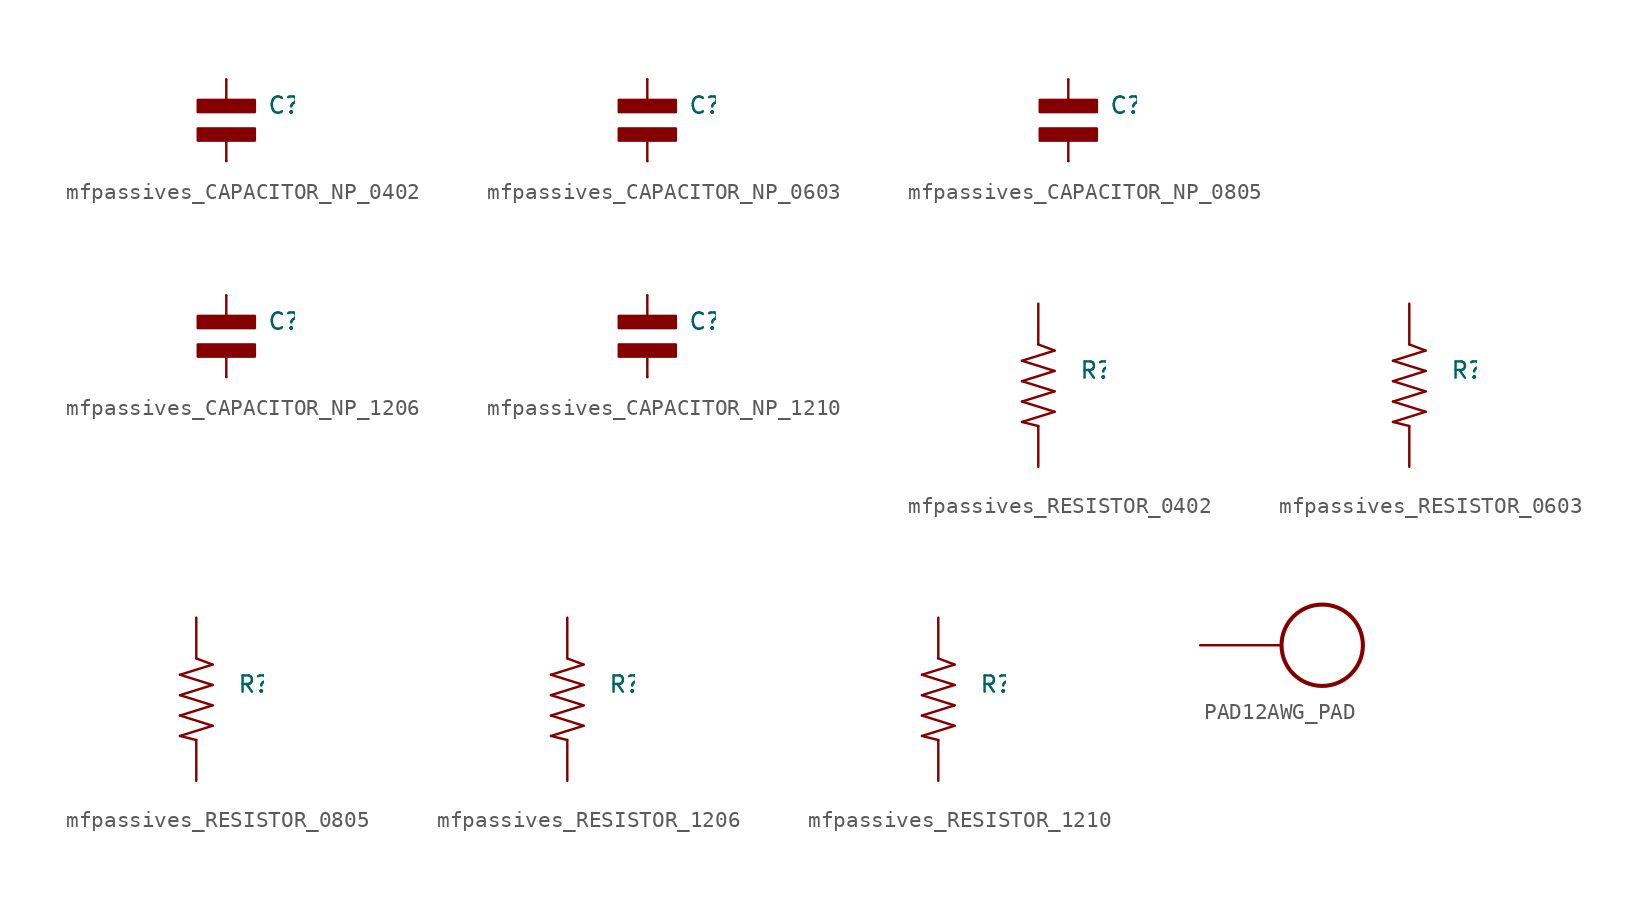
<source format=kicad_sym>
(kicad_symbol_lib
  (version 20220914)
  (generator kicad_symbol_editor)
  (symbol "mfpassives_CAPACITOR_NP_0402"
    (property "Reference" "C"
      (at 2.54 1.524 0)
      (effects (font (size 1.016 1.016)) (justify left top)))
    (property "Value" ""
      (at 2.54 -1.524 0)
      (effects (font (size 1.016 1.016)) (justify left bottom)))
    (property "ki_locked" ""
      (at 0 0 0)
      (effects (font (size 1.27 1.27))))
    (symbol "mfpassives_CAPACITOR_NP_0402_1_0"
      (rectangle (start -1.778 -1.27) (end 1.778 -0.508) (stroke (width 0) (type default)) (fill (type outline)))
      (rectangle (start -1.778 0.508) (end 1.778 1.27) (stroke (width 0) (type default)) (fill (type outline)))
      (polyline (pts (xy 0 -2.54) (xy 0 -1.016)) (stroke (width 0.152) (type solid)) (fill (type none)))
      (polyline (pts (xy 0 2.54) (xy 0 1.016)) (stroke (width 0.152) (type solid)) (fill (type none)))
      (pin passive line (at 0 2.54 270) (length 0) (name "P$1" (effects (font (size 0 0)))) (number "P$1" (effects (font (size 0 0)))))
      (pin passive line (at 0 -2.54 90) (length 0) (name "P$2" (effects (font (size 0 0)))) (number "P$2" (effects (font (size 0 0)))))))
  (symbol "mfpassives_CAPACITOR_NP_0603"
    (property "Reference" "C"
      (at 2.54 1.524 0)
      (effects (font (size 1.016 1.016)) (justify left top)))
    (property "Value" ""
      (at 2.54 -1.524 0)
      (effects (font (size 1.016 1.016)) (justify left bottom)))
    (property "ki_locked" ""
      (at 0 0 0)
      (effects (font (size 1.27 1.27))))
    (symbol "mfpassives_CAPACITOR_NP_0603_1_0"
      (rectangle (start -1.778 -1.27) (end 1.778 -0.508) (stroke (width 0) (type default)) (fill (type outline)))
      (rectangle (start -1.778 0.508) (end 1.778 1.27) (stroke (width 0) (type default)) (fill (type outline)))
      (polyline (pts (xy 0 -2.54) (xy 0 -1.016)) (stroke (width 0.152) (type solid)) (fill (type none)))
      (polyline (pts (xy 0 2.54) (xy 0 1.016)) (stroke (width 0.152) (type solid)) (fill (type none)))
      (pin passive line (at 0 2.54 270) (length 0) (name "P$1" (effects (font (size 0 0)))) (number "P$1" (effects (font (size 0 0)))))
      (pin passive line (at 0 -2.54 90) (length 0) (name "P$2" (effects (font (size 0 0)))) (number "P$2" (effects (font (size 0 0)))))))
  (symbol "mfpassives_CAPACITOR_NP_0805"
    (property "Reference" "C"
      (at 2.54 1.524 0)
      (effects (font (size 1.016 1.016)) (justify left top)))
    (property "Value" ""
      (at 2.54 -1.524 0)
      (effects (font (size 1.016 1.016)) (justify left bottom)))
    (property "ki_locked" ""
      (at 0 0 0)
      (effects (font (size 1.27 1.27))))
    (symbol "mfpassives_CAPACITOR_NP_0805_1_0"
      (rectangle (start -1.778 -1.27) (end 1.778 -0.508) (stroke (width 0) (type default)) (fill (type outline)))
      (rectangle (start -1.778 0.508) (end 1.778 1.27) (stroke (width 0) (type default)) (fill (type outline)))
      (polyline (pts (xy 0 -2.54) (xy 0 -1.016)) (stroke (width 0.152) (type solid)) (fill (type none)))
      (polyline (pts (xy 0 2.54) (xy 0 1.016)) (stroke (width 0.152) (type solid)) (fill (type none)))
      (pin passive line (at 0 2.54 270) (length 0) (name "P$1" (effects (font (size 0 0)))) (number "P$1" (effects (font (size 0 0)))))
      (pin passive line (at 0 -2.54 90) (length 0) (name "P$2" (effects (font (size 0 0)))) (number "P$2" (effects (font (size 0 0)))))))
  (symbol "mfpassives_CAPACITOR_NP_1206"
    (property "Reference" "C"
      (at 2.54 1.524 0)
      (effects (font (size 1.016 1.016)) (justify left top)))
    (property "Value" ""
      (at 2.54 -1.524 0)
      (effects (font (size 1.016 1.016)) (justify left bottom)))
    (property "ki_locked" ""
      (at 0 0 0)
      (effects (font (size 1.27 1.27))))
    (symbol "mfpassives_CAPACITOR_NP_1206_1_0"
      (rectangle (start -1.778 -1.27) (end 1.778 -0.508) (stroke (width 0) (type default)) (fill (type outline)))
      (rectangle (start -1.778 0.508) (end 1.778 1.27) (stroke (width 0) (type default)) (fill (type outline)))
      (polyline (pts (xy 0 -2.54) (xy 0 -1.016)) (stroke (width 0.152) (type solid)) (fill (type none)))
      (polyline (pts (xy 0 2.54) (xy 0 1.016)) (stroke (width 0.152) (type solid)) (fill (type none)))
      (pin passive line (at 0 2.54 270) (length 0) (name "P$1" (effects (font (size 0 0)))) (number "P$1" (effects (font (size 0 0)))))
      (pin passive line (at 0 -2.54 90) (length 0) (name "P$2" (effects (font (size 0 0)))) (number "P$2" (effects (font (size 0 0)))))))
  (symbol "mfpassives_CAPACITOR_NP_1210"
    (property "Reference" "C"
      (at 2.54 1.524 0)
      (effects (font (size 1.016 1.016)) (justify left top)))
    (property "Value" ""
      (at 2.54 -1.524 0)
      (effects (font (size 1.016 1.016)) (justify left bottom)))
    (property "ki_locked" ""
      (at 0 0 0)
      (effects (font (size 1.27 1.27))))
    (symbol "mfpassives_CAPACITOR_NP_1210_1_0"
      (rectangle (start -1.778 -1.27) (end 1.778 -0.508) (stroke (width 0) (type default)) (fill (type outline)))
      (rectangle (start -1.778 0.508) (end 1.778 1.27) (stroke (width 0) (type default)) (fill (type outline)))
      (polyline (pts (xy 0 -2.54) (xy 0 -1.016)) (stroke (width 0.152) (type solid)) (fill (type none)))
      (polyline (pts (xy 0 2.54) (xy 0 1.016)) (stroke (width 0.152) (type solid)) (fill (type none)))
      (pin passive line (at 0 2.54 270) (length 0) (name "P$1" (effects (font (size 0 0)))) (number "P$1" (effects (font (size 0 0)))))
      (pin passive line (at 0 -2.54 90) (length 0) (name "P$2" (effects (font (size 0 0)))) (number "P$2" (effects (font (size 0 0)))))))
  (symbol "mfpassives_RESISTOR_0402"
    (property "Reference" "R"
      (at 2.54 1.524 0)
      (effects (font (size 1.016 1.016)) (justify left top)))
    (property "Value" ""
      (at 2.54 -1.524 0)
      (effects (font (size 1.016 1.016)) (justify left bottom)))
    (property "ki_locked" ""
      (at 0 0 0)
      (effects (font (size 1.27 1.27))))
    (symbol "mfpassives_RESISTOR_0402_1_0"
      (polyline (pts (xy -1.016 -2.286) (xy 0 -2.54)) (stroke (width 0.152) (type solid)) (fill (type none)))
      (polyline (pts (xy -1.016 -1.016) (xy 1.016 -1.651)) (stroke (width 0.152) (type solid)) (fill (type none)))
      (polyline (pts (xy -1.016 0.254) (xy 1.016 -0.381)) (stroke (width 0.152) (type solid)) (fill (type none)))
      (polyline (pts (xy -1.016 1.524) (xy 1.016 0.889)) (stroke (width 0.152) (type solid)) (fill (type none)))
      (polyline (pts (xy 0 2.54) (xy 1.016 2.159)) (stroke (width 0.152) (type solid)) (fill (type none)))
      (polyline (pts (xy 1.016 -1.651) (xy -1.016 -2.286)) (stroke (width 0.152) (type solid)) (fill (type none)))
      (polyline (pts (xy 1.016 -0.381) (xy -1.016 -1.016)) (stroke (width 0.152) (type solid)) (fill (type none)))
      (polyline (pts (xy 1.016 0.889) (xy -1.016 0.254)) (stroke (width 0.152) (type solid)) (fill (type none)))
      (polyline (pts (xy 1.016 2.159) (xy -1.016 1.524)) (stroke (width 0.152) (type solid)) (fill (type none)))
      (pin passive line (at 0 5.08 270) (length 2.54) (name "P$1" (effects (font (size 0 0)))) (number "P$1" (effects (font (size 0 0)))))
      (pin passive line (at 0 -5.08 90) (length 2.54) (name "P$2" (effects (font (size 0 0)))) (number "P$2" (effects (font (size 0 0)))))))
  (symbol "mfpassives_RESISTOR_0603"
    (property "Reference" "R"
      (at 2.54 1.524 0)
      (effects (font (size 1.016 1.016)) (justify left top)))
    (property "Value" ""
      (at 2.54 -1.524 0)
      (effects (font (size 1.016 1.016)) (justify left bottom)))
    (property "ki_locked" ""
      (at 0 0 0)
      (effects (font (size 1.27 1.27))))
    (symbol "mfpassives_RESISTOR_0603_1_0"
      (polyline (pts (xy -1.016 -2.286) (xy 0 -2.54)) (stroke (width 0.152) (type solid)) (fill (type none)))
      (polyline (pts (xy -1.016 -1.016) (xy 1.016 -1.651)) (stroke (width 0.152) (type solid)) (fill (type none)))
      (polyline (pts (xy -1.016 0.254) (xy 1.016 -0.381)) (stroke (width 0.152) (type solid)) (fill (type none)))
      (polyline (pts (xy -1.016 1.524) (xy 1.016 0.889)) (stroke (width 0.152) (type solid)) (fill (type none)))
      (polyline (pts (xy 0 2.54) (xy 1.016 2.159)) (stroke (width 0.152) (type solid)) (fill (type none)))
      (polyline (pts (xy 1.016 -1.651) (xy -1.016 -2.286)) (stroke (width 0.152) (type solid)) (fill (type none)))
      (polyline (pts (xy 1.016 -0.381) (xy -1.016 -1.016)) (stroke (width 0.152) (type solid)) (fill (type none)))
      (polyline (pts (xy 1.016 0.889) (xy -1.016 0.254)) (stroke (width 0.152) (type solid)) (fill (type none)))
      (polyline (pts (xy 1.016 2.159) (xy -1.016 1.524)) (stroke (width 0.152) (type solid)) (fill (type none)))
      (pin passive line (at 0 5.08 270) (length 2.54) (name "P$1" (effects (font (size 0 0)))) (number "P$1" (effects (font (size 0 0)))))
      (pin passive line (at 0 -5.08 90) (length 2.54) (name "P$2" (effects (font (size 0 0)))) (number "P$2" (effects (font (size 0 0)))))))
  (symbol "mfpassives_RESISTOR_0805"
    (property "Reference" "R"
      (at 2.54 1.524 0)
      (effects (font (size 1.016 1.016)) (justify left top)))
    (property "Value" ""
      (at 2.54 -1.524 0)
      (effects (font (size 1.016 1.016)) (justify left bottom)))
    (property "ki_locked" ""
      (at 0 0 0)
      (effects (font (size 1.27 1.27))))
    (symbol "mfpassives_RESISTOR_0805_1_0"
      (polyline (pts (xy -1.016 -2.286) (xy 0 -2.54)) (stroke (width 0.152) (type solid)) (fill (type none)))
      (polyline (pts (xy -1.016 -1.016) (xy 1.016 -1.651)) (stroke (width 0.152) (type solid)) (fill (type none)))
      (polyline (pts (xy -1.016 0.254) (xy 1.016 -0.381)) (stroke (width 0.152) (type solid)) (fill (type none)))
      (polyline (pts (xy -1.016 1.524) (xy 1.016 0.889)) (stroke (width 0.152) (type solid)) (fill (type none)))
      (polyline (pts (xy 0 2.54) (xy 1.016 2.159)) (stroke (width 0.152) (type solid)) (fill (type none)))
      (polyline (pts (xy 1.016 -1.651) (xy -1.016 -2.286)) (stroke (width 0.152) (type solid)) (fill (type none)))
      (polyline (pts (xy 1.016 -0.381) (xy -1.016 -1.016)) (stroke (width 0.152) (type solid)) (fill (type none)))
      (polyline (pts (xy 1.016 0.889) (xy -1.016 0.254)) (stroke (width 0.152) (type solid)) (fill (type none)))
      (polyline (pts (xy 1.016 2.159) (xy -1.016 1.524)) (stroke (width 0.152) (type solid)) (fill (type none)))
      (pin passive line (at 0 5.08 270) (length 2.54) (name "P$1" (effects (font (size 0 0)))) (number "P$1" (effects (font (size 0 0)))))
      (pin passive line (at 0 -5.08 90) (length 2.54) (name "P$2" (effects (font (size 0 0)))) (number "P$2" (effects (font (size 0 0)))))))
  (symbol "mfpassives_RESISTOR_1206"
    (property "Reference" "R"
      (at 2.54 1.524 0)
      (effects (font (size 1.016 1.016)) (justify left top)))
    (property "Value" ""
      (at 2.54 -1.524 0)
      (effects (font (size 1.016 1.016)) (justify left bottom)))
    (property "ki_locked" ""
      (at 0 0 0)
      (effects (font (size 1.27 1.27))))
    (symbol "mfpassives_RESISTOR_1206_1_0"
      (polyline (pts (xy -1.016 -2.286) (xy 0 -2.54)) (stroke (width 0.152) (type solid)) (fill (type none)))
      (polyline (pts (xy -1.016 -1.016) (xy 1.016 -1.651)) (stroke (width 0.152) (type solid)) (fill (type none)))
      (polyline (pts (xy -1.016 0.254) (xy 1.016 -0.381)) (stroke (width 0.152) (type solid)) (fill (type none)))
      (polyline (pts (xy -1.016 1.524) (xy 1.016 0.889)) (stroke (width 0.152) (type solid)) (fill (type none)))
      (polyline (pts (xy 0 2.54) (xy 1.016 2.159)) (stroke (width 0.152) (type solid)) (fill (type none)))
      (polyline (pts (xy 1.016 -1.651) (xy -1.016 -2.286)) (stroke (width 0.152) (type solid)) (fill (type none)))
      (polyline (pts (xy 1.016 -0.381) (xy -1.016 -1.016)) (stroke (width 0.152) (type solid)) (fill (type none)))
      (polyline (pts (xy 1.016 0.889) (xy -1.016 0.254)) (stroke (width 0.152) (type solid)) (fill (type none)))
      (polyline (pts (xy 1.016 2.159) (xy -1.016 1.524)) (stroke (width 0.152) (type solid)) (fill (type none)))
      (pin passive line (at 0 5.08 270) (length 2.54) (name "P$1" (effects (font (size 0 0)))) (number "P$1" (effects (font (size 0 0)))))
      (pin passive line (at 0 -5.08 90) (length 2.54) (name "P$2" (effects (font (size 0 0)))) (number "P$2" (effects (font (size 0 0)))))))
  (symbol "mfpassives_RESISTOR_1210"
    (property "Reference" "R"
      (at 2.54 1.524 0)
      (effects (font (size 1.016 1.016)) (justify left top)))
    (property "Value" ""
      (at 2.54 -1.524 0)
      (effects (font (size 1.016 1.016)) (justify left bottom)))
    (property "ki_locked" ""
      (at 0 0 0)
      (effects (font (size 1.27 1.27))))
    (symbol "mfpassives_RESISTOR_1210_1_0"
      (polyline (pts (xy -1.016 -2.286) (xy 0 -2.54)) (stroke (width 0.152) (type solid)) (fill (type none)))
      (polyline (pts (xy -1.016 -1.016) (xy 1.016 -1.651)) (stroke (width 0.152) (type solid)) (fill (type none)))
      (polyline (pts (xy -1.016 0.254) (xy 1.016 -0.381)) (stroke (width 0.152) (type solid)) (fill (type none)))
      (polyline (pts (xy -1.016 1.524) (xy 1.016 0.889)) (stroke (width 0.152) (type solid)) (fill (type none)))
      (polyline (pts (xy 0 2.54) (xy 1.016 2.159)) (stroke (width 0.152) (type solid)) (fill (type none)))
      (polyline (pts (xy 1.016 -1.651) (xy -1.016 -2.286)) (stroke (width 0.152) (type solid)) (fill (type none)))
      (polyline (pts (xy 1.016 -0.381) (xy -1.016 -1.016)) (stroke (width 0.152) (type solid)) (fill (type none)))
      (polyline (pts (xy 1.016 0.889) (xy -1.016 0.254)) (stroke (width 0.152) (type solid)) (fill (type none)))
      (polyline (pts (xy 1.016 2.159) (xy -1.016 1.524)) (stroke (width 0.152) (type solid)) (fill (type none)))
      (pin passive line (at 0 5.08 270) (length 2.54) (name "P$1" (effects (font (size 0 0)))) (number "P$1" (effects (font (size 0 0)))))
      (pin passive line (at 0 -5.08 90) (length 2.54) (name "P$2" (effects (font (size 0 0)))) (number "P$2" (effects (font (size 0 0)))))))
  (symbol "PAD12AWG_PAD"
    (property "Reference" ""
      (at -7.62 5.08 0)
      (effects (font (size 1.676 1.425)) (justify left bottom) hide))
    (property "ki_locked" ""
      (at 0 0 0)
      (effects (font (size 1.27 1.27))))
    (symbol "PAD12AWG_PAD_1_0"
      (circle (center 0 0) (radius 2.54) (stroke (width 0.254) (type solid)) (fill (type none)))
      (pin bidirectional line (at -7.62 0 0) (length 5.08) (name "P$1" (effects (font (size 0 0)))) (number "1" (effects (font (size 0 0))))))))
</source>
